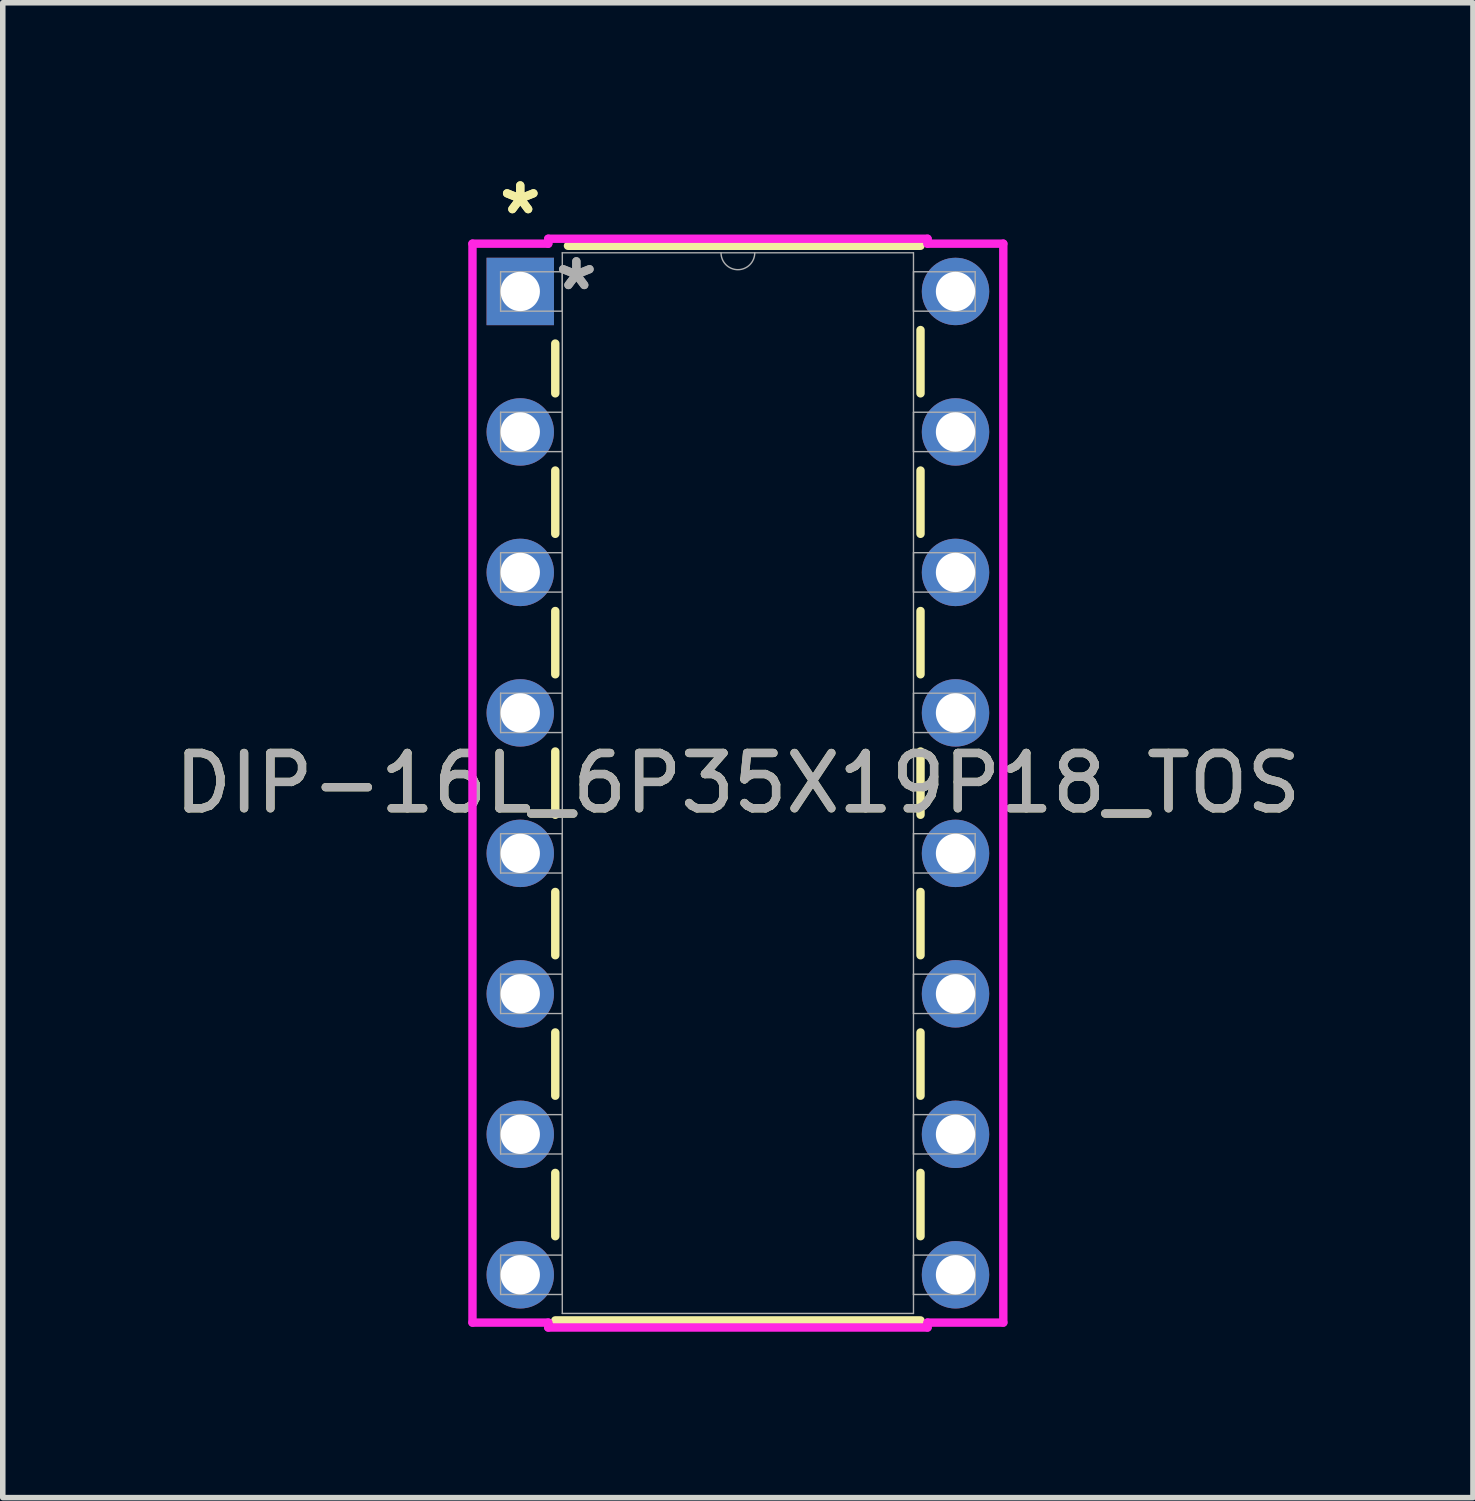
<source format=kicad_pcb>
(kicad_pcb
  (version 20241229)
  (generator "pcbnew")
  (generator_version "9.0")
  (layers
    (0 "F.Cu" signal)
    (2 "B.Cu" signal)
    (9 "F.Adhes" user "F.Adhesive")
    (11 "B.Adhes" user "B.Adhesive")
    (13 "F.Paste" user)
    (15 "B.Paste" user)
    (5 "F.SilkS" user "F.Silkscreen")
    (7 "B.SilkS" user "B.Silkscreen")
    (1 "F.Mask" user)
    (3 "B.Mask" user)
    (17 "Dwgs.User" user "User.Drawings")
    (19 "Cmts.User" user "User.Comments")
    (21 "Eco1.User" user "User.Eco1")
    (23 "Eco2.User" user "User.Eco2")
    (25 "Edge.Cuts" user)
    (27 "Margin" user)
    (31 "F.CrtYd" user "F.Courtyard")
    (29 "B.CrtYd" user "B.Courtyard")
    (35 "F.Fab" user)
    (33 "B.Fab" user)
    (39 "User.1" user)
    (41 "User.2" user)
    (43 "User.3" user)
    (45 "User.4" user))
  (footprint "DIP-16L_6P35X19P18_TOS"
    (layer "F.Cu")
    (at 6.357 2.22)
    (property "Reference" "DIP-16L_6P35X19P18_TOS" (at 3.935 8.89 0) (unlocked yes) (layer "F.SilkS") (effects (font (size 1 1) (thickness 0.15))))
    (attr through_hole)
    (fp_line (start 0.633 0.942) (end 0.633 1.842) (stroke (width 0.152) (type solid)) (layer "F.SilkS"))
    (fp_line (start 0.633 3.238) (end 0.633 4.382) (stroke (width 0.152) (type solid)) (layer "F.SilkS"))
    (fp_line (start 0.633 5.778) (end 0.633 6.922) (stroke (width 0.152) (type solid)) (layer "F.SilkS"))
    (fp_line (start 0.633 8.318) (end 0.633 9.462) (stroke (width 0.152) (type solid)) (layer "F.SilkS"))
    (fp_line (start 0.633 10.858) (end 0.633 12.002) (stroke (width 0.152) (type solid)) (layer "F.SilkS"))
    (fp_line (start 0.633 13.398) (end 0.633 14.542) (stroke (width 0.152) (type solid)) (layer "F.SilkS"))
    (fp_line (start 0.633 15.938) (end 0.633 17.082) (stroke (width 0.152) (type solid)) (layer "F.SilkS"))
    (fp_line (start 0.633 18.605) (end 7.237 18.605) (stroke (width 0.152) (type solid)) (layer "F.SilkS"))
    (fp_line (start 7.237 -0.826) (end 0.863 -0.826) (stroke (width 0.152) (type solid)) (layer "F.SilkS"))
    (fp_line (start 7.237 1.842) (end 7.237 0.698) (stroke (width 0.152) (type solid)) (layer "F.SilkS"))
    (fp_line (start 7.237 4.382) (end 7.237 3.238) (stroke (width 0.152) (type solid)) (layer "F.SilkS"))
    (fp_line (start 7.237 6.922) (end 7.237 5.778) (stroke (width 0.152) (type solid)) (layer "F.SilkS"))
    (fp_line (start 7.237 9.462) (end 7.237 8.318) (stroke (width 0.152) (type solid)) (layer "F.SilkS"))
    (fp_line (start 7.237 12.002) (end 7.237 10.858) (stroke (width 0.152) (type solid)) (layer "F.SilkS"))
    (fp_line (start 7.237 14.542) (end 7.237 13.398) (stroke (width 0.152) (type solid)) (layer "F.SilkS"))
    (fp_line (start 7.237 17.082) (end 7.237 15.938) (stroke (width 0.152) (type solid)) (layer "F.SilkS"))
    (fp_line (start -0.864 -0.864) (end 0.506 -0.864) (stroke (width 0.152) (type solid)) (layer "F.CrtYd"))
    (fp_line (start -0.864 18.644) (end -0.864 -0.864) (stroke (width 0.152) (type solid)) (layer "F.CrtYd"))
    (fp_line (start 0.506 -0.953) (end 7.364 -0.953) (stroke (width 0.152) (type solid)) (layer "F.CrtYd"))
    (fp_line (start 0.506 -0.864) (end 0.506 -0.953) (stroke (width 0.152) (type solid)) (layer "F.CrtYd"))
    (fp_line (start 0.506 18.644) (end -0.864 18.644) (stroke (width 0.152) (type solid)) (layer "F.CrtYd"))
    (fp_line (start 0.506 18.733) (end 0.506 18.644) (stroke (width 0.152) (type solid)) (layer "F.CrtYd"))
    (fp_line (start 7.364 -0.953) (end 7.364 -0.864) (stroke (width 0.152) (type solid)) (layer "F.CrtYd"))
    (fp_line (start 7.364 18.644) (end 7.364 18.733) (stroke (width 0.152) (type solid)) (layer "F.CrtYd"))
    (fp_line (start 7.364 18.733) (end 0.506 18.733) (stroke (width 0.152) (type solid)) (layer "F.CrtYd"))
    (fp_line (start 8.734 -0.864) (end 7.364 -0.864) (stroke (width 0.152) (type solid)) (layer "F.CrtYd"))
    (fp_line (start 8.734 -0.864) (end 8.734 18.644) (stroke (width 0.152) (type solid)) (layer "F.CrtYd"))
    (fp_line (start 8.734 18.644) (end 7.364 18.644) (stroke (width 0.152) (type solid)) (layer "F.CrtYd"))
    (fp_line (start -0.356 -0.356) (end -0.356 0.356) (stroke (width 0.025) (type solid)) (layer "F.Fab"))
    (fp_line (start -0.356 0.356) (end 0.76 0.356) (stroke (width 0.025) (type solid)) (layer "F.Fab"))
    (fp_line (start -0.356 2.184) (end -0.356 2.896) (stroke (width 0.025) (type solid)) (layer "F.Fab"))
    (fp_line (start -0.356 2.896) (end 0.76 2.896) (stroke (width 0.025) (type solid)) (layer "F.Fab"))
    (fp_line (start -0.356 4.724) (end -0.356 5.436) (stroke (width 0.025) (type solid)) (layer "F.Fab"))
    (fp_line (start -0.356 5.436) (end 0.76 5.436) (stroke (width 0.025) (type solid)) (layer "F.Fab"))
    (fp_line (start -0.356 7.264) (end -0.356 7.976) (stroke (width 0.025) (type solid)) (layer "F.Fab"))
    (fp_line (start -0.356 7.976) (end 0.76 7.976) (stroke (width 0.025) (type solid)) (layer "F.Fab"))
    (fp_line (start -0.356 9.804) (end -0.356 10.516) (stroke (width 0.025) (type solid)) (layer "F.Fab"))
    (fp_line (start -0.356 10.516) (end 0.76 10.516) (stroke (width 0.025) (type solid)) (layer "F.Fab"))
    (fp_line (start -0.356 12.344) (end -0.356 13.056) (stroke (width 0.025) (type solid)) (layer "F.Fab"))
    (fp_line (start -0.356 13.056) (end 0.76 13.056) (stroke (width 0.025) (type solid)) (layer "F.Fab"))
    (fp_line (start -0.356 14.884) (end -0.356 15.596) (stroke (width 0.025) (type solid)) (layer "F.Fab"))
    (fp_line (start -0.356 15.596) (end 0.76 15.596) (stroke (width 0.025) (type solid)) (layer "F.Fab"))
    (fp_line (start -0.356 17.424) (end -0.356 18.136) (stroke (width 0.025) (type solid)) (layer "F.Fab"))
    (fp_line (start -0.356 18.136) (end 0.76 18.136) (stroke (width 0.025) (type solid)) (layer "F.Fab"))
    (fp_line (start 0.76 -0.699) (end 0.76 18.479) (stroke (width 0.025) (type solid)) (layer "F.Fab"))
    (fp_line (start 0.76 -0.356) (end -0.356 -0.356) (stroke (width 0.025) (type solid)) (layer "F.Fab"))
    (fp_line (start 0.76 0.356) (end 0.76 -0.356) (stroke (width 0.025) (type solid)) (layer "F.Fab"))
    (fp_line (start 0.76 2.184) (end -0.356 2.184) (stroke (width 0.025) (type solid)) (layer "F.Fab"))
    (fp_line (start 0.76 2.896) (end 0.76 2.184) (stroke (width 0.025) (type solid)) (layer "F.Fab"))
    (fp_line (start 0.76 4.724) (end -0.356 4.724) (stroke (width 0.025) (type solid)) (layer "F.Fab"))
    (fp_line (start 0.76 5.436) (end 0.76 4.724) (stroke (width 0.025) (type solid)) (layer "F.Fab"))
    (fp_line (start 0.76 7.264) (end -0.356 7.264) (stroke (width 0.025) (type solid)) (layer "F.Fab"))
    (fp_line (start 0.76 7.976) (end 0.76 7.264) (stroke (width 0.025) (type solid)) (layer "F.Fab"))
    (fp_line (start 0.76 9.804) (end -0.356 9.804) (stroke (width 0.025) (type solid)) (layer "F.Fab"))
    (fp_line (start 0.76 10.516) (end 0.76 9.804) (stroke (width 0.025) (type solid)) (layer "F.Fab"))
    (fp_line (start 0.76 12.344) (end -0.356 12.344) (stroke (width 0.025) (type solid)) (layer "F.Fab"))
    (fp_line (start 0.76 13.056) (end 0.76 12.344) (stroke (width 0.025) (type solid)) (layer "F.Fab"))
    (fp_line (start 0.76 14.884) (end -0.356 14.884) (stroke (width 0.025) (type solid)) (layer "F.Fab"))
    (fp_line (start 0.76 15.596) (end 0.76 14.884) (stroke (width 0.025) (type solid)) (layer "F.Fab"))
    (fp_line (start 0.76 17.424) (end -0.356 17.424) (stroke (width 0.025) (type solid)) (layer "F.Fab"))
    (fp_line (start 0.76 18.136) (end 0.76 17.424) (stroke (width 0.025) (type solid)) (layer "F.Fab"))
    (fp_line (start 0.76 18.479) (end 7.11 18.479) (stroke (width 0.025) (type solid)) (layer "F.Fab"))
    (fp_line (start 7.11 -0.699) (end 0.76 -0.699) (stroke (width 0.025) (type solid)) (layer "F.Fab"))
    (fp_line (start 7.11 -0.356) (end 7.11 0.356) (stroke (width 0.025) (type solid)) (layer "F.Fab"))
    (fp_line (start 7.11 0.356) (end 8.226 0.356) (stroke (width 0.025) (type solid)) (layer "F.Fab"))
    (fp_line (start 7.11 2.184) (end 7.11 2.896) (stroke (width 0.025) (type solid)) (layer "F.Fab"))
    (fp_line (start 7.11 2.896) (end 8.226 2.896) (stroke (width 0.025) (type solid)) (layer "F.Fab"))
    (fp_line (start 7.11 4.724) (end 7.11 5.436) (stroke (width 0.025) (type solid)) (layer "F.Fab"))
    (fp_line (start 7.11 5.436) (end 8.226 5.436) (stroke (width 0.025) (type solid)) (layer "F.Fab"))
    (fp_line (start 7.11 7.264) (end 7.11 7.976) (stroke (width 0.025) (type solid)) (layer "F.Fab"))
    (fp_line (start 7.11 7.976) (end 8.226 7.976) (stroke (width 0.025) (type solid)) (layer "F.Fab"))
    (fp_line (start 7.11 9.804) (end 7.11 10.516) (stroke (width 0.025) (type solid)) (layer "F.Fab"))
    (fp_line (start 7.11 10.516) (end 8.226 10.516) (stroke (width 0.025) (type solid)) (layer "F.Fab"))
    (fp_line (start 7.11 12.344) (end 7.11 13.056) (stroke (width 0.025) (type solid)) (layer "F.Fab"))
    (fp_line (start 7.11 13.056) (end 8.226 13.056) (stroke (width 0.025) (type solid)) (layer "F.Fab"))
    (fp_line (start 7.11 14.884) (end 7.11 15.596) (stroke (width 0.025) (type solid)) (layer "F.Fab"))
    (fp_line (start 7.11 15.596) (end 8.226 15.596) (stroke (width 0.025) (type solid)) (layer "F.Fab"))
    (fp_line (start 7.11 17.424) (end 7.11 18.136) (stroke (width 0.025) (type solid)) (layer "F.Fab"))
    (fp_line (start 7.11 18.136) (end 8.226 18.136) (stroke (width 0.025) (type solid)) (layer "F.Fab"))
    (fp_line (start 7.11 18.479) (end 7.11 -0.699) (stroke (width 0.025) (type solid)) (layer "F.Fab"))
    (fp_line (start 8.226 -0.356) (end 7.11 -0.356) (stroke (width 0.025) (type solid)) (layer "F.Fab"))
    (fp_line (start 8.226 0.356) (end 8.226 -0.356) (stroke (width 0.025) (type solid)) (layer "F.Fab"))
    (fp_line (start 8.226 2.184) (end 7.11 2.184) (stroke (width 0.025) (type solid)) (layer "F.Fab"))
    (fp_line (start 8.226 2.896) (end 8.226 2.184) (stroke (width 0.025) (type solid)) (layer "F.Fab"))
    (fp_line (start 8.226 4.724) (end 7.11 4.724) (stroke (width 0.025) (type solid)) (layer "F.Fab"))
    (fp_line (start 8.226 5.436) (end 8.226 4.724) (stroke (width 0.025) (type solid)) (layer "F.Fab"))
    (fp_line (start 8.226 7.264) (end 7.11 7.264) (stroke (width 0.025) (type solid)) (layer "F.Fab"))
    (fp_line (start 8.226 7.976) (end 8.226 7.264) (stroke (width 0.025) (type solid)) (layer "F.Fab"))
    (fp_line (start 8.226 9.804) (end 7.11 9.804) (stroke (width 0.025) (type solid)) (layer "F.Fab"))
    (fp_line (start 8.226 10.516) (end 8.226 9.804) (stroke (width 0.025) (type solid)) (layer "F.Fab"))
    (fp_line (start 8.226 12.344) (end 7.11 12.344) (stroke (width 0.025) (type solid)) (layer "F.Fab"))
    (fp_line (start 8.226 13.056) (end 8.226 12.344) (stroke (width 0.025) (type solid)) (layer "F.Fab"))
    (fp_line (start 8.226 14.884) (end 7.11 14.884) (stroke (width 0.025) (type solid)) (layer "F.Fab"))
    (fp_line (start 8.226 15.596) (end 8.226 14.884) (stroke (width 0.025) (type solid)) (layer "F.Fab"))
    (fp_line (start 8.226 17.424) (end 7.11 17.424) (stroke (width 0.025) (type solid)) (layer "F.Fab"))
    (fp_line (start 8.226 18.136) (end 8.226 17.424) (stroke (width 0.025) (type solid)) (layer "F.Fab"))
    (fp_arc (start 4.2398 -0.6985) (mid 3.935 -0.3937) (end 3.6302 -0.6985) (stroke (width 0.0254) (type solid)) (layer "F.Fab"))
    (fp_text user "*" (at 0 -1.372 0) (unlocked yes) (layer "F.SilkS") (effects (font (size 1 1) (thickness 0.15))))
    (fp_text user "*" (at 0 -1.372 0) (layer "F.SilkS") (effects (font (size 1 1) (thickness 0.15))))
    (fp_text user "*" (at 1.014 0 0) (unlocked yes) (layer "F.Fab") (effects (font (size 1 1) (thickness 0.15))))
    (fp_text user "${REFERENCE}" (at 3.935 8.89 0) (unlocked yes) (layer "F.Fab") (effects (font (size 1 1) (thickness 0.15))))
    (fp_text user "*" (at 1.014 0 0) (layer "F.Fab") (effects (font (size 1 1) (thickness 0.15))))
    (pad "1" thru_hole rect (at 0.000001 0) (size 1.219 1.219) (drill 0.711) (layers "*.Cu" "*.Mask"))
    (pad "2" thru_hole circle (at 0.000001 2.54) (size 1.219 1.219) (drill 0.711) (layers "*.Cu" "*.Mask"))
    (pad "3" thru_hole circle (at 0.000001 5.08) (size 1.219 1.219) (drill 0.711) (layers "*.Cu" "*.Mask"))
    (pad "4" thru_hole circle (at 0.000001 7.62) (size 1.219 1.219) (drill 0.711) (layers "*.Cu" "*.Mask"))
    (pad "5" thru_hole circle (at 0.000001 10.16) (size 1.219 1.219) (drill 0.711) (layers "*.Cu" "*.Mask"))
    (pad "6" thru_hole circle (at 0.000001 12.7) (size 1.219 1.219) (drill 0.711) (layers "*.Cu" "*.Mask"))
    (pad "7" thru_hole circle (at 0.000001 15.24) (size 1.219 1.219) (drill 0.711) (layers "*.Cu" "*.Mask"))
    (pad "8" thru_hole circle (at 0.000001 17.78) (size 1.219 1.219) (drill 0.711) (layers "*.Cu" "*.Mask"))
    (pad "9" thru_hole circle (at 7.87 17.78) (size 1.219 1.219) (drill 0.711) (layers "*.Cu" "*.Mask"))
    (pad "10" thru_hole circle (at 7.87 15.24) (size 1.219 1.219) (drill 0.711) (layers "*.Cu" "*.Mask"))
    (pad "11" thru_hole circle (at 7.87 12.7) (size 1.219 1.219) (drill 0.711) (layers "*.Cu" "*.Mask"))
    (pad "12" thru_hole circle (at 7.87 10.16) (size 1.219 1.219) (drill 0.711) (layers "*.Cu" "*.Mask"))
    (pad "13" thru_hole circle (at 7.87 7.62) (size 1.219 1.219) (drill 0.711) (layers "*.Cu" "*.Mask"))
    (pad "14" thru_hole circle (at 7.87 5.08) (size 1.219 1.219) (drill 0.711) (layers "*.Cu" "*.Mask"))
    (pad "15" thru_hole circle (at 7.87 2.54) (size 1.219 1.219) (drill 0.711) (layers "*.Cu" "*.Mask"))
    (pad "16" thru_hole circle (at 7.87 0) (size 1.219 1.219) (drill 0.711) (layers "*.Cu" "*.Mask")))
  (gr_rect
    (start -3 -3)
    (end 23.583 24.029)
    (stroke (width 0.1) (type default))
    (fill no)
    (layer "Edge.Cuts")))
</source>
